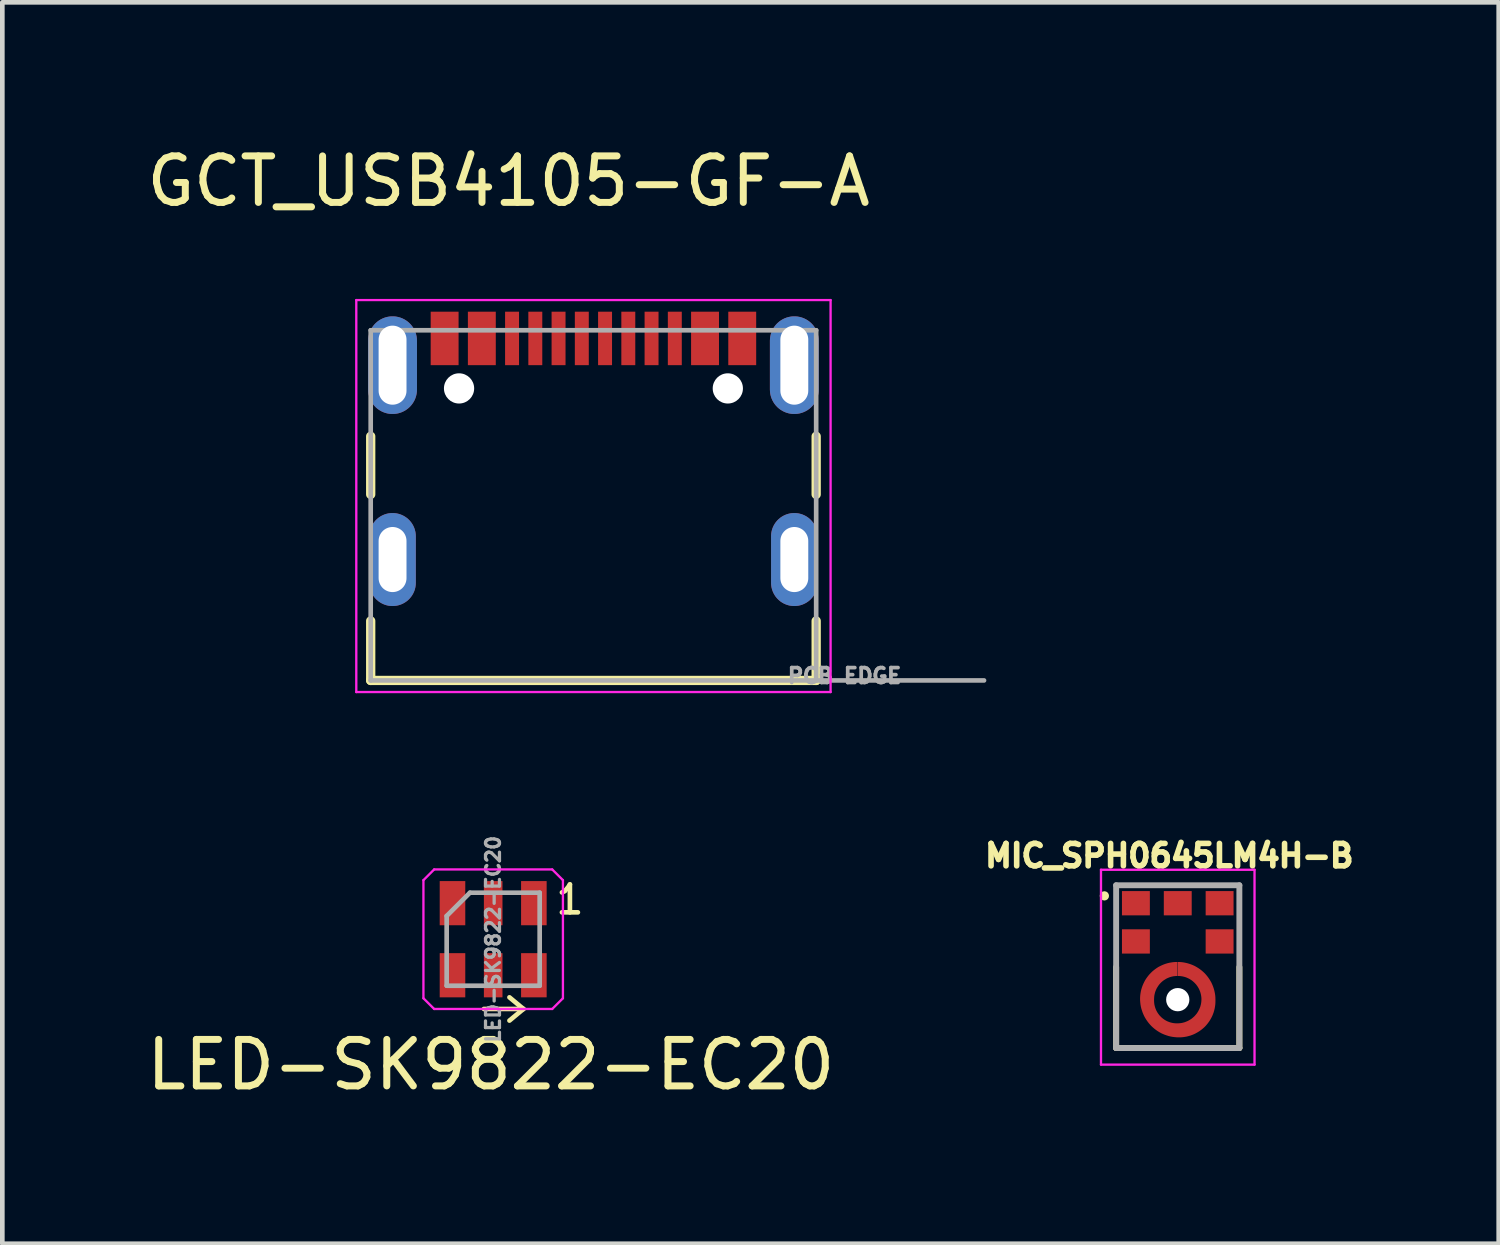
<source format=kicad_pcb>
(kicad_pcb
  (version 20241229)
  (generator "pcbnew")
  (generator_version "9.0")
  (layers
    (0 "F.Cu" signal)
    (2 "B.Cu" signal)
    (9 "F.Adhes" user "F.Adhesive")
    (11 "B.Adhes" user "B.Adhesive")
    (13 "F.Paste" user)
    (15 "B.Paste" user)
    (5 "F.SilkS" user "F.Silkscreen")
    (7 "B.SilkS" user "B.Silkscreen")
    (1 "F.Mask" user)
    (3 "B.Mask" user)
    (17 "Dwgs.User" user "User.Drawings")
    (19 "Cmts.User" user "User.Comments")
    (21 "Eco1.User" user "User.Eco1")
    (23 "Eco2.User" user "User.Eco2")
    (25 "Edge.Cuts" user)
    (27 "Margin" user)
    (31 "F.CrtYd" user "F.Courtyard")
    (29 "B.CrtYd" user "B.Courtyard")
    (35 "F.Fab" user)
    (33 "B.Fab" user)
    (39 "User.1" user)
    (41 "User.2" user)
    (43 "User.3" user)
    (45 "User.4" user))
  (footprint "MIC_SPH0645LM4H-B"
    (layer "F.Cu")
    (at 22.278 18.448)
    (property "Reference" "MIC_SPH0645LM4H-B" (at -0.182 -3.095 0) (layer "F.SilkS") (effects (font (size 0.482 0.482) (thickness 0.15))))
    (attr smd)
    (fp_circle (center 0 0) (end 0.456 0) (stroke (width 0.912) (type solid)) (fill no) (layer "F.Mask"))
    (fp_line (start -1.325 1.04) (end -1.325 -0.7) (stroke (width 0.127) (type solid)) (layer "F.SilkS"))
    (fp_line (start 1.325 -0.7) (end 1.325 1.04) (stroke (width 0.127) (type solid)) (layer "F.SilkS"))
    (fp_line (start 1.325 1.04) (end -1.325 1.04) (stroke (width 0.127) (type solid)) (layer "F.SilkS"))
    (fp_circle (center -1.578 -2.232) (end -1.528 -2.232) (stroke (width 0.1) (type solid)) (fill no) (layer "F.SilkS"))
    (fp_poly (pts (xy 0.38 0.53) (xy 0.28 0.425) (xy 0.23 0.46) (xy 0.12 0.5) (xy 0 0.514) (xy -0.12 0.5) (xy -0.225 0.462) (xy -0.288 0.426) (xy -0.385 0.525) (xy -0.5 0.64) (xy -0.405 0.705) (xy -0.31 0.75) (xy -0.22 0.78) (xy -0.14 0.8) (xy 0 0.81) (xy 0.16 0.796) (xy 0.31 0.75) (xy 0.425 0.69) (xy 0.495 0.645)) (stroke (width 0.001) (type solid)) (fill yes) (layer "F.Paste"))
    (fp_poly (pts (xy -0.375 -0.53) (xy -0.28 -0.435) (xy -0.23 -0.46) (xy -0.175 -0.485) (xy -0.12 -0.5) (xy -0.06 -0.51) (xy 0 -0.514) (xy 0.12 -0.5) (xy 0.225 -0.462) (xy 0.283 -0.426) (xy 0.385 -0.525) (xy 0.5 -0.64) (xy 0.41 -0.7) (xy 0.31 -0.75) (xy 0.23 -0.78) (xy 0.14 -0.8) (xy 0 -0.81) (xy -0.16 -0.796) (xy -0.31 -0.75) (xy -0.415 -0.7) (xy -0.49 -0.645)) (stroke (width 0.001) (type solid)) (fill yes) (layer "F.Paste"))
    (fp_poly (pts (xy 0.53 -0.385) (xy 0.425 -0.28) (xy 0.46 -0.23) (xy 0.5 -0.12) (xy 0.514 0) (xy 0.5 0.12) (xy 0.462 0.225) (xy 0.421 0.283) (xy 0.52 0.38) (xy 0.64 0.5) (xy 0.705 0.405) (xy 0.75 0.31) (xy 0.78 0.23) (xy 0.8 0.14) (xy 0.81 0.06) (xy 0.81 -0.065) (xy 0.796 -0.16) (xy 0.78 -0.235) (xy 0.75 -0.31) (xy 0.705 -0.405) (xy 0.64 -0.5)) (stroke (width 0.001) (type solid)) (fill yes) (layer "F.Paste"))
    (fp_poly (pts (xy -0.53 0.385) (xy -0.43 0.285) (xy -0.465 0.23) (xy -0.505 0.12) (xy -0.51 0.12) (xy -0.505 0.11) (xy -0.52 0.005) (xy -0.524 -0.005) (xy -0.52 -0.005) (xy -0.505 -0.125) (xy -0.462 -0.225) (xy -0.426 -0.293) (xy -0.525 -0.39) (xy -0.635 -0.505) (xy -0.7 -0.41) (xy -0.75 -0.31) (xy -0.78 -0.22) (xy -0.8 -0.14) (xy -0.81 0) (xy -0.796 0.16) (xy -0.75 0.31) (xy -0.705 0.4) (xy -0.64 0.5)) (stroke (width 0.001) (type solid)) (fill yes) (layer "F.Paste"))
    (fp_line (start -1.651 -2.794) (end 1.651 -2.794) (stroke (width 0.05) (type solid)) (layer "F.CrtYd"))
    (fp_line (start -1.651 1.397) (end -1.651 -2.794) (stroke (width 0.05) (type solid)) (layer "F.CrtYd"))
    (fp_line (start 1.651 -2.794) (end 1.651 1.397) (stroke (width 0.05) (type solid)) (layer "F.CrtYd"))
    (fp_line (start 1.651 1.397) (end -1.651 1.397) (stroke (width 0.05) (type solid)) (layer "F.CrtYd"))
    (fp_line (start -1.325 -2.46) (end 1.325 -2.46) (stroke (width 0.127) (type solid)) (layer "F.Fab"))
    (fp_line (start -1.325 1.04) (end -1.325 -2.46) (stroke (width 0.127) (type solid)) (layer "F.Fab"))
    (fp_line (start 1.325 -2.46) (end 1.325 1.04) (stroke (width 0.127) (type solid)) (layer "F.Fab"))
    (fp_line (start 1.325 1.04) (end -1.325 1.04) (stroke (width 0.127) (type solid)) (layer "F.Fab"))
    (pad "" np_thru_hole circle (at 0 0) (size 0.5 0.5) (drill 0.5) (layers "*.Cu" "*.Mask"))
    (pad "1" smd rect (at -0.9 -2.074) (size 0.6 0.522) (layers "F.Cu" "F.Mask" "F.Paste"))
    (pad "2" smd rect (at -0.9 -1.252) (size 0.6 0.522) (layers "F.Cu" "F.Mask" "F.Paste"))
    (pad "3" smd custom (at 0.65 -0.02) (size 0.1 0.1) (layers "F.Cu") (options (anchor rect)) (primitives (gr_poly (pts (xy -0.66 -0.49) (xy -0.66 -0.79) (xy -0.707 -0.789) (xy -0.748 -0.786) (xy -0.789 -0.78) (xy -0.83 -0.773) (xy -0.871 -0.763) (xy -0.911 -0.751) (xy -0.95 -0.737) (xy -0.988 -0.721) (xy -1.026 -0.703) (xy -1.063 -0.684) (xy -1.098 -0.662) (xy -1.132 -0.638) (xy -1.165 -0.613) (xy -1.197 -0.586) (xy -1.227 -0.557) (xy -1.256 -0.527) (xy -1.283 -0.495) (xy -1.308 -0.462) (xy -1.332 -0.428) (xy -1.354 -0.393) (xy -1.373 -0.356) (xy -1.391 -0.318) (xy -1.407 -0.28) (xy -1.421 -0.241) (xy -1.433 -0.201) (xy -1.443 -0.16) (xy -1.45 -0.119) (xy -1.456 -0.078) (xy -1.459 -0.037) (xy -1.46 0) (xy -1.459 0.043) (xy -1.455 0.087) (xy -1.45 0.13) (xy -1.442 0.173) (xy -1.432 0.215) (xy -1.419 0.256) (xy -1.405 0.297) (xy -1.388 0.338) (xy -1.37 0.377) (xy -1.349 0.415) (xy -1.326 0.452) (xy -1.301 0.488) (xy -1.275 0.522) (xy -1.247 0.555) (xy -1.217 0.587) (xy -1.185 0.617) (xy -1.152 0.645) (xy -1.118 0.671) (xy -1.082 0.696) (xy -1.045 0.719) (xy -1.007 0.74) (xy -0.968 0.758) (xy -0.927 0.775) (xy -0.886 0.789) (xy -0.845 0.802) (xy -0.803 0.812) (xy -0.76 0.82) (xy -0.717 0.825) (xy -0.673 0.829) (xy -0.63 0.83) (xy -0.62 0.83) (xy -0.579 0.829) (xy -0.538 0.826) (xy -0.498 0.82) (xy -0.458 0.813) (xy -0.418 0.803) (xy -0.379 0.792) (xy -0.34 0.778) (xy -0.303 0.763) (xy -0.266 0.745) (xy -0.23 0.725) (xy -0.195 0.704) (xy -0.162 0.681) (xy -0.129 0.656) (xy -0.098 0.63) (xy -0.068 0.602) (xy -0.04 0.572) (xy -0.014 0.541) (xy 0.011 0.508) (xy 0.034 0.475) (xy 0.055 0.44) (xy 0.075 0.404) (xy 0.093 0.367) (xy 0.108 0.33) (xy 0.122 0.291) (xy 0.133 0.252) (xy 0.143 0.212) (xy 0.15 0.172) (xy 0.156 0.132) (xy 0.159 0.091) (xy 0.16 0.05) (xy 0.16 0.02) (xy 0.159 -0.022) (xy 0.156 -0.065) (xy 0.15 -0.107) (xy 0.142 -0.148) (xy 0.132 -0.19) (xy 0.12 -0.23) (xy 0.106 -0.27) (xy 0.09 -0.309) (xy 0.072 -0.348) (xy 0.051 -0.385) (xy 0.029 -0.421) (xy 0.005 -0.456) (xy -0.021 -0.49) (xy -0.048 -0.522) (xy -0.077 -0.553) (xy -0.108 -0.582) (xy -0.14 -0.609) (xy -0.174 -0.635) (xy -0.209 -0.659) (xy -0.245 -0.681) (xy -0.282 -0.702) (xy -0.321 -0.72) (xy -0.36 -0.736) (xy -0.4 -0.75) (xy -0.44 -0.762) (xy -0.482 -0.772) (xy -0.523 -0.78) (xy -0.565 -0.786) (xy -0.608 -0.789) (xy -0.65 -0.79) (xy -0.65 -0.49) (xy -0.627 -0.49) (xy -0.601 -0.488) (xy -0.575 -0.485) (xy -0.549 -0.481) (xy -0.523 -0.475) (xy -0.497 -0.468) (xy -0.472 -0.46) (xy -0.448 -0.45) (xy -0.424 -0.439) (xy -0.4 -0.427) (xy -0.377 -0.413) (xy -0.355 -0.399) (xy -0.334 -0.383) (xy -0.314 -0.366) (xy -0.294 -0.348) (xy -0.276 -0.329) (xy -0.258 -0.31) (xy -0.242 -0.289) (xy -0.226 -0.267) (xy -0.212 -0.245) (xy -0.199 -0.222) (xy -0.187 -0.198) (xy -0.177 -0.174) (xy -0.167 -0.149) (xy -0.16 -0.124) (xy -0.153 -0.099) (xy -0.148 -0.073) (xy -0.144 -0.047) (xy -0.141 -0.02) (xy -0.14 0.01) (xy -0.141 0.037) (xy -0.143 0.064) (xy -0.146 0.091) (xy -0.151 0.118) (xy -0.158 0.145) (xy -0.165 0.171) (xy -0.175 0.196) (xy -0.185 0.222) (xy -0.197 0.246) (xy -0.21 0.27) (xy -0.224 0.293) (xy -0.239 0.316) (xy -0.256 0.337) (xy -0.274 0.358) (xy -0.292 0.378) (xy -0.312 0.396) (xy -0.333 0.414) (xy -0.354 0.431) (xy -0.377 0.446) (xy -0.4 0.46) (xy -0.424 0.473) (xy -0.448 0.485) (xy -0.474 0.495) (xy -0.499 0.505) (xy -0.525 0.512) (xy -0.552 0.519) (xy -0.579 0.524) (xy -0.606 0.527) (xy -0.633 0.529) (xy -0.66 0.53) (xy -0.67 0.53) (xy -0.696 0.529) (xy -0.721 0.527) (xy -0.747 0.524) (xy -0.772 0.519) (xy -0.797 0.513) (xy -0.821 0.506) (xy -0.846 0.497) (xy -0.869 0.488) (xy -0.892 0.477) (xy -0.915 0.464) (xy -0.937 0.451) (xy -0.958 0.436) (xy -0.978 0.421) (xy -0.998 0.404) (xy -1.016 0.386) (xy -1.034 0.368) (xy -1.051 0.348) (xy -1.066 0.328) (xy -1.081 0.307) (xy -1.094 0.285) (xy -1.107 0.262) (xy -1.118 0.239) (xy -1.127 0.216) (xy -1.136 0.191) (xy -1.143 0.167) (xy -1.149 0.142) (xy -1.154 0.117) (xy -1.157 0.091) (xy -1.159 0.066) (xy -1.16 0.04) (xy -1.16 0.01) (xy -1.159 -0.016) (xy -1.157 -0.042) (xy -1.154 -0.068) (xy -1.149 -0.094) (xy -1.143 -0.119) (xy -1.136 -0.145) (xy -1.127 -0.169) (xy -1.117 -0.193) (xy -1.106 -0.217) (xy -1.093 -0.24) (xy -1.079 -0.262) (xy -1.065 -0.284) (xy -1.049 -0.305) (xy -1.032 -0.325) (xy -1.014 -0.344) (xy -0.995 -0.362) (xy -0.975 -0.379) (xy -0.954 -0.395) (xy -0.932 -0.409) (xy -0.91 -0.423) (xy -0.887 -0.436) (xy -0.863 -0.447) (xy -0.839 -0.457) (xy -0.815 -0.466) (xy -0.789 -0.473) (xy -0.764 -0.479) (xy -0.738 -0.484) (xy -0.712 -0.487) (xy -0.686 -0.489) (xy -0.66 -0.49)) (width 0.001) (fill yes))))
    (pad "4" smd rect (at 0.9 -1.252) (size 0.6 0.522) (layers "F.Cu" "F.Mask" "F.Paste"))
    (pad "5" smd rect (at 0.9 -2.074) (size 0.6 0.522) (layers "F.Cu" "F.Mask" "F.Paste"))
    (pad "6" smd rect (at 0 -2.074) (size 0.6 0.522) (layers "F.Cu" "F.Mask" "F.Paste")))
  (footprint "LED-SK9822-EC20"
    (layer "F.Cu")
    (at 7.556 17.148)
    (property "Reference" "LED-SK9822-EC20" (at -0.05 2.7 0) (layer "F.SilkS") (effects (font (size 1 1) (thickness 0.15))))
    (attr smd)
    (fp_line (start -0.2 1.5) (end 0.65 1.5) (stroke (width 0.1) (type solid)) (layer "F.SilkS"))
    (fp_line (start 0.35 1.25) (end 0.65 1.5) (stroke (width 0.1) (type solid)) (layer "F.SilkS"))
    (fp_line (start 0.35 1.75) (end 0.65 1.5) (stroke (width 0.1) (type solid)) (layer "F.SilkS"))
    (fp_line (start -1.5 1.27) (end -1.5 -1.27) (stroke (width 0.05) (type solid)) (layer "F.CrtYd"))
    (fp_line (start -1.5 1.27) (end -1.27 1.5) (stroke (width 0.05) (type solid)) (layer "F.CrtYd"))
    (fp_line (start -1.27 -1.5) (end -1.5 -1.27) (stroke (width 0.05) (type solid)) (layer "F.CrtYd"))
    (fp_line (start 1.27 -1.5) (end -1.27 -1.5) (stroke (width 0.05) (type solid)) (layer "F.CrtYd"))
    (fp_line (start 1.27 -1.5) (end 1.5 -1.27) (stroke (width 0.05) (type solid)) (layer "F.CrtYd"))
    (fp_line (start 1.27 1.5) (end -1.27 1.5) (stroke (width 0.05) (type solid)) (layer "F.CrtYd"))
    (fp_line (start 1.5 -1.27) (end 1.5 1.27) (stroke (width 0.05) (type solid)) (layer "F.CrtYd"))
    (fp_line (start 1.5 1.27) (end 1.27 1.5) (stroke (width 0.05) (type solid)) (layer "F.CrtYd"))
    (fp_line (start -1 1) (end -1 -0.5) (stroke (width 0.1) (type solid)) (layer "F.Fab"))
    (fp_line (start -0.5 -1) (end -1 -0.5) (stroke (width 0.1) (type solid)) (layer "F.Fab"))
    (fp_line (start -0.5 -1) (end 1 -1) (stroke (width 0.1) (type solid)) (layer "F.Fab"))
    (fp_line (start 1 -1) (end 1 1) (stroke (width 0.1) (type solid)) (layer "F.Fab"))
    (fp_line (start 1 1) (end -1 1) (stroke (width 0.1) (type solid)) (layer "F.Fab"))
    (fp_text user "1" (at 1.65 -0.85 180) (layer "F.SilkS") (effects (font (size 0.6 0.6) (thickness 0.1))))
    (fp_text user "${REFERENCE}" (at 0 0 270) (layer "F.Fab") (effects (font (size 0.3 0.3) (thickness 0.07))))
    (pad "1" smd rect (at 0.875 -0.775) (size 0.55 0.95) (layers "F.Cu" "F.Mask" "F.Paste"))
    (pad "2" smd rect (at 0 -0.775) (size 0.4 0.95) (layers "F.Cu" "F.Mask" "F.Paste"))
    (pad "3" smd rect (at -0.875 -0.775) (size 0.55 0.95) (layers "F.Cu" "F.Mask" "F.Paste"))
    (pad "4" smd rect (at -0.875 0.775) (size 0.55 0.95) (layers "F.Cu" "F.Mask" "F.Paste"))
    (pad "5" smd rect (at 0 0.775) (size 0.4 0.95) (layers "F.Cu" "F.Mask" "F.Paste"))
    (pad "6" smd rect (at 0.875 0.775) (size 0.55 0.95) (layers "F.Cu" "F.Mask" "F.Paste")))
  (footprint "GCT_USB4105-GF-A"
    (layer "F.Cu")
    (at 9.712 8.983)
    (property "Reference" "GCT_USB4105-GF-A" (at -1.825 -8.135 0) (layer "F.SilkS") (effects (font (size 1 1) (thickness 0.15))))
    (attr through_hole)
    (fp_line (start -4.79 -2.65) (end -4.79 -1.4) (stroke (width 0.2) (type solid)) (layer "F.SilkS"))
    (fp_line (start -4.79 1.32) (end -4.79 2.6) (stroke (width 0.2) (type solid)) (layer "F.SilkS"))
    (fp_line (start -4.79 2.6) (end 4.79 2.6) (stroke (width 0.2) (type solid)) (layer "F.SilkS"))
    (fp_line (start 4.79 -2.65) (end 4.79 -1.4) (stroke (width 0.2) (type solid)) (layer "F.SilkS"))
    (fp_line (start 4.79 2.6) (end 4.79 1.32) (stroke (width 0.2) (type solid)) (layer "F.SilkS"))
    (fp_line (start -5.1 -5.58) (end -5.1 2.85) (stroke (width 0.05) (type solid)) (layer "F.CrtYd"))
    (fp_line (start -5.1 2.85) (end 5.1 2.85) (stroke (width 0.05) (type solid)) (layer "F.CrtYd"))
    (fp_line (start 5.1 -5.58) (end -5.1 -5.58) (stroke (width 0.05) (type solid)) (layer "F.CrtYd"))
    (fp_line (start 5.1 2.85) (end 5.1 -5.58) (stroke (width 0.05) (type solid)) (layer "F.CrtYd"))
    (fp_line (start -4.79 -4.93) (end 4.79 -4.93) (stroke (width 0.1) (type solid)) (layer "F.Fab"))
    (fp_line (start -4.79 2.6) (end -4.79 -4.93) (stroke (width 0.1) (type solid)) (layer "F.Fab"))
    (fp_line (start 4.79 -4.93) (end 4.79 2.6) (stroke (width 0.1) (type solid)) (layer "F.Fab"))
    (fp_line (start 4.79 2.6) (end -4.79 2.6) (stroke (width 0.1) (type solid)) (layer "F.Fab"))
    (fp_line (start 4.8 2.6) (end 8.4 2.6) (stroke (width 0.1) (type solid)) (layer "F.Fab"))
    (fp_text user "PCB EDGE" (at 5.4 2.5 0) (layer "F.Fab") (effects (font (size 0.32 0.32) (thickness 0.15))))
    (pad "" np_thru_hole circle (at -2.89 -3.68) (size 0.65 0.65) (drill 0.65) (layers "*.Cu" "*.Mask"))
    (pad "" np_thru_hole circle (at 2.89 -3.68) (size 0.65 0.65) (drill 0.65) (layers "*.Cu" "*.Mask"))
    (pad "A1_B12" smd rect (at -3.2 -4.755) (size 0.6 1.15) (layers "F.Cu" "F.Mask" "F.Paste"))
    (pad "A4_B9" smd rect (at -2.4 -4.755) (size 0.6 1.15) (layers "F.Cu" "F.Mask" "F.Paste"))
    (pad "A5" smd rect (at -1.25 -4.755) (size 0.3 1.15) (layers "F.Cu" "F.Mask" "F.Paste"))
    (pad "A6" smd rect (at -0.25 -4.755) (size 0.3 1.15) (layers "F.Cu" "F.Mask" "F.Paste"))
    (pad "A7" smd rect (at 0.25 -4.755) (size 0.3 1.15) (layers "F.Cu" "F.Mask" "F.Paste"))
    (pad "A8" smd rect (at 1.25 -4.755) (size 0.3 1.15) (layers "F.Cu" "F.Mask" "F.Paste"))
    (pad "B1_A12" smd rect (at 3.2 -4.755) (size 0.6 1.15) (layers "F.Cu" "F.Mask" "F.Paste"))
    (pad "B4_A9" smd rect (at 2.4 -4.755) (size 0.6 1.15) (layers "F.Cu" "F.Mask" "F.Paste"))
    (pad "B5" smd rect (at 1.75 -4.755) (size 0.3 1.15) (layers "F.Cu" "F.Mask" "F.Paste"))
    (pad "B6" smd rect (at 0.75 -4.755) (size 0.3 1.15) (layers "F.Cu" "F.Mask" "F.Paste"))
    (pad "B7" smd rect (at -0.75 -4.755) (size 0.3 1.15) (layers "F.Cu" "F.Mask" "F.Paste"))
    (pad "B8" smd rect (at -1.75 -4.755) (size 0.3 1.15) (layers "F.Cu" "F.Mask" "F.Paste"))
    (pad "S1" thru_hole oval (at -4.32 -4.18) (size 1.05 2.1) (drill oval 0.6 1.7) (layers "*.Cu" "*.Mask"))
    (pad "S2" thru_hole oval (at -4.32 0) (size 1 2) (drill oval 0.6 1.4) (layers "*.Cu" "*.Mask"))
    (pad "S3" thru_hole oval (at 4.32 0) (size 1 2) (drill oval 0.6 1.4) (layers "*.Cu" "*.Mask"))
    (pad "S4" thru_hole oval (at 4.32 -4.18) (size 1.05 2.1) (drill oval 0.6 1.7) (layers "*.Cu" "*.Mask")))
  (gr_rect
    (start -3 -3)
    (end 29.18 23.696)
    (stroke (width 0.1) (type default))
    (fill no)
    (layer "Edge.Cuts")))
</source>
